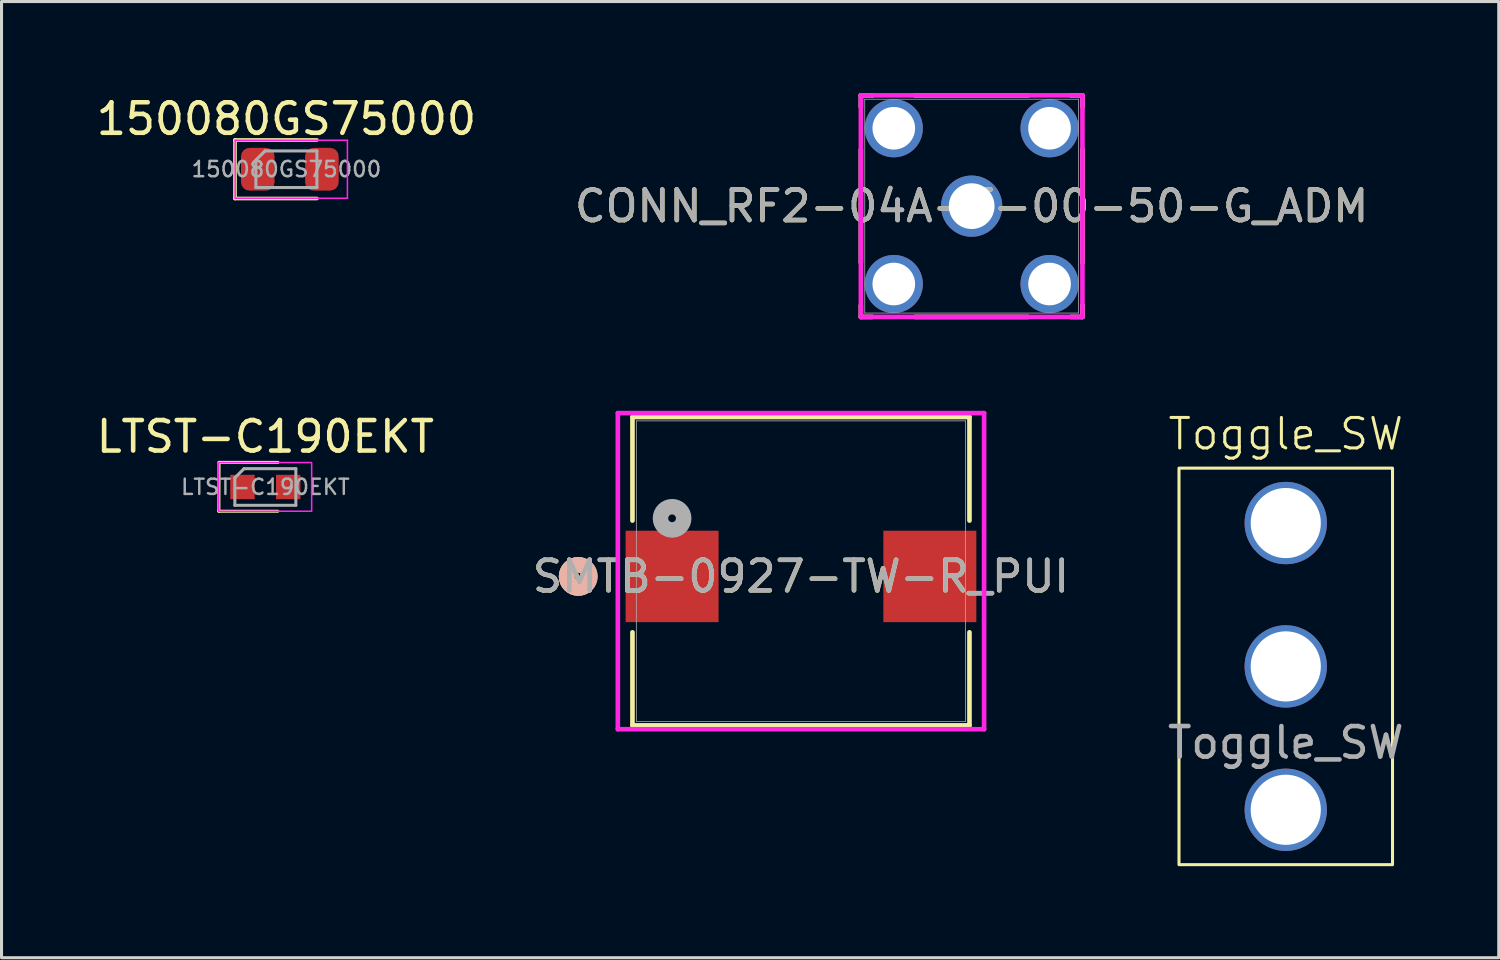
<source format=kicad_pcb>
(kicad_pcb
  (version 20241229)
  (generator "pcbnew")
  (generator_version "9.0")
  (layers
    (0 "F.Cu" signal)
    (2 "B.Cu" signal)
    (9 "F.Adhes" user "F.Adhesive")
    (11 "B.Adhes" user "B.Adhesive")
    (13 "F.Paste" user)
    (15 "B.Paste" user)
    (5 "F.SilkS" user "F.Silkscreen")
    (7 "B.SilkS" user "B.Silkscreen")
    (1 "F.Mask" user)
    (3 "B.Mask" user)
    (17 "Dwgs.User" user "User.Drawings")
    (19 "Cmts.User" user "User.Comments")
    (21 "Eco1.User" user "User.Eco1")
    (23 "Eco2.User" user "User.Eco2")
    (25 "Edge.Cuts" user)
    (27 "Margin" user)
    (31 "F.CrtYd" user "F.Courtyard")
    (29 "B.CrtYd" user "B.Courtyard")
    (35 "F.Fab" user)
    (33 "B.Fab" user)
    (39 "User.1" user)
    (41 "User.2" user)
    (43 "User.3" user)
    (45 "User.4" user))
  (footprint "CONN_RF2-04A-T-00-50-G_ADM"
    (layer "F.Cu")
    (at 28.804 3.708)
    (property "Reference" "CONN_RF2-04A-T-00-50-G_ADM" (at 0 0 0) (unlocked yes) (layer "F.SilkS") (effects (font (size 1 1) (thickness 0.15))))
    (attr through_hole)
    (fp_line (start -3.632 -3.632) (end -3.632 -3.25) (stroke (width 0.152) (type solid)) (layer "F.SilkS"))
    (fp_line (start -3.632 -1.855) (end -3.632 1.855) (stroke (width 0.152) (type solid)) (layer "F.SilkS"))
    (fp_line (start -3.632 3.25) (end -3.632 3.632) (stroke (width 0.152) (type solid)) (layer "F.SilkS"))
    (fp_line (start -3.632 3.632) (end -3.25 3.632) (stroke (width 0.152) (type solid)) (layer "F.SilkS"))
    (fp_line (start -3.25 -3.632) (end -3.632 -3.632) (stroke (width 0.152) (type solid)) (layer "F.SilkS"))
    (fp_line (start -1.855 3.632) (end 1.855 3.632) (stroke (width 0.152) (type solid)) (layer "F.SilkS"))
    (fp_line (start 1.855 -3.632) (end -1.855 -3.632) (stroke (width 0.152) (type solid)) (layer "F.SilkS"))
    (fp_line (start 3.25 3.632) (end 3.632 3.632) (stroke (width 0.152) (type solid)) (layer "F.SilkS"))
    (fp_line (start 3.632 -3.632) (end 3.25 -3.632) (stroke (width 0.152) (type solid)) (layer "F.SilkS"))
    (fp_line (start 3.632 -3.25) (end 3.632 -3.632) (stroke (width 0.152) (type solid)) (layer "F.SilkS"))
    (fp_line (start 3.632 1.855) (end 3.632 -1.855) (stroke (width 0.152) (type solid)) (layer "F.SilkS"))
    (fp_line (start 3.632 3.632) (end 3.632 3.25) (stroke (width 0.152) (type solid)) (layer "F.SilkS"))
    (fp_line (start -3.632 -3.632) (end 3.632 -3.632) (stroke (width 0.152) (type solid)) (layer "F.CrtYd"))
    (fp_line (start -3.632 3.632) (end -3.632 -3.632) (stroke (width 0.152) (type solid)) (layer "F.CrtYd"))
    (fp_line (start 3.632 -3.632) (end 3.632 3.632) (stroke (width 0.152) (type solid)) (layer "F.CrtYd"))
    (fp_line (start 3.632 3.632) (end -3.632 3.632) (stroke (width 0.152) (type solid)) (layer "F.CrtYd"))
    (fp_line (start -3.505 -3.505) (end -3.505 3.505) (stroke (width 0.025) (type solid)) (layer "F.Fab"))
    (fp_line (start -3.505 3.505) (end 3.505 3.505) (stroke (width 0.025) (type solid)) (layer "F.Fab"))
    (fp_line (start 3.505 -3.505) (end -3.505 -3.505) (stroke (width 0.025) (type solid)) (layer "F.Fab"))
    (fp_line (start 3.505 3.505) (end 3.505 -3.505) (stroke (width 0.025) (type solid)) (layer "F.Fab"))
    (fp_circle (center 3.124 0) (end 3.124 0) (stroke (width 0.025) (type solid)) (fill no) (layer "F.Fab"))
    (fp_text user "${REFERENCE}" (at 0 0 0) (unlocked yes) (layer "F.Fab") (effects (font (size 1 1) (thickness 0.15))))
    (pad "1" thru_hole circle (at 0 0) (size 2.007 2.007) (drill 1.499) (layers "*.Cu" "*.Mask"))
    (pad "2" thru_hole circle (at -2.553 -2.553) (size 1.905 1.905) (drill 1.397) (layers "*.Cu" "*.Mask"))
    (pad "3" thru_hole circle (at -2.553 2.553) (size 1.905 1.905) (drill 1.397) (layers "*.Cu" "*.Mask"))
    (pad "4" thru_hole circle (at 2.553 2.553) (size 1.905 1.905) (drill 1.397) (layers "*.Cu" "*.Mask"))
    (pad "5" thru_hole circle (at 2.553 -2.553) (size 1.905 1.905) (drill 1.397) (layers "*.Cu" "*.Mask")))
  (footprint "Toggle_SW"
    (layer "F.Cu")
    (at 39.101 18.797)
    (property "Reference" "Toggle_SW" (at 0 -7.62 0) (unlocked yes) (layer "F.SilkS") (effects (font (size 1 1) (thickness 0.1))))
    (attr smd)
    (fp_rect (start -3.5 -6.5) (end 3.5 6.5) (stroke (width 0.1) (type default)) (fill no) (layer "F.SilkS"))
    (fp_text user "${REFERENCE}" (at 0 2.5 0) (unlocked yes) (layer "F.Fab") (effects (font (size 1 1) (thickness 0.15))))
    (pad "1" thru_hole circle (at 0 -4.7) (size 2.7 2.7) (drill 2.3) (layers "*.Cu" "*.Mask"))
    (pad "2" thru_hole circle (at 0 0) (size 2.7 2.7) (drill 2.3) (layers "*.Cu" "*.Mask"))
    (pad "3" thru_hole circle (at 0 4.7) (size 2.7 2.7) (drill 2.3) (layers "*.Cu" "*.Mask")))
  (footprint "SMTB-0927-TW-R_PUI"
    (layer "F.Cu")
    (at 23.208 15.675)
    (property "Reference" "SMTB-0927-TW-R_PUI" (at 0 0.172 0) (unlocked yes) (layer "F.SilkS") (effects (font (size 1 1) (thickness 0.15))))
    (attr smd)
    (fp_line (start -5.524 -5.055) (end -5.524 -1.659) (stroke (width 0.152) (type solid)) (layer "F.SilkS"))
    (fp_line (start -5.524 2.004) (end -5.524 5.055) (stroke (width 0.152) (type solid)) (layer "F.SilkS"))
    (fp_line (start -5.524 5.055) (end 5.524 5.055) (stroke (width 0.152) (type solid)) (layer "F.SilkS"))
    (fp_line (start 5.524 -5.055) (end -5.524 -5.055) (stroke (width 0.152) (type solid)) (layer "F.SilkS"))
    (fp_line (start 5.524 -1.659) (end 5.524 -5.055) (stroke (width 0.152) (type solid)) (layer "F.SilkS"))
    (fp_line (start 5.524 5.055) (end 5.524 2.004) (stroke (width 0.152) (type solid)) (layer "F.SilkS"))
    (fp_circle (center -7.303 0.172) (end -6.921 0.172) (stroke (width 0.508) (type solid)) (fill no) (layer "F.SilkS"))
    (fp_circle (center -7.303 0.172) (end -6.921 0.172) (stroke (width 0.508) (type solid)) (fill no) (layer "B.SilkS"))
    (fp_line (start -6.003 -5.182) (end -6.003 5.182) (stroke (width 0.152) (type solid)) (layer "F.CrtYd"))
    (fp_line (start -6.003 5.182) (end 6.003 5.182) (stroke (width 0.152) (type solid)) (layer "F.CrtYd"))
    (fp_line (start 6.003 -5.182) (end -6.003 -5.182) (stroke (width 0.152) (type solid)) (layer "F.CrtYd"))
    (fp_line (start 6.003 5.182) (end 6.003 -5.182) (stroke (width 0.152) (type solid)) (layer "F.CrtYd"))
    (fp_line (start -5.397 -4.928) (end -5.397 4.928) (stroke (width 0.025) (type solid)) (layer "F.Fab"))
    (fp_line (start -5.397 4.928) (end 5.397 4.928) (stroke (width 0.025) (type solid)) (layer "F.Fab"))
    (fp_line (start 5.397 -4.928) (end -5.397 -4.928) (stroke (width 0.025) (type solid)) (layer "F.Fab"))
    (fp_line (start 5.397 4.928) (end 5.397 -4.928) (stroke (width 0.025) (type solid)) (layer "F.Fab"))
    (fp_circle (center -4.225 -1.733) (end -3.844 -1.733) (stroke (width 0.508) (type solid)) (fill no) (layer "F.Fab"))
    (fp_text user "${REFERENCE}" (at 0 0.172 0) (unlocked yes) (layer "F.Fab") (effects (font (size 1 1) (thickness 0.15))))
    (pad "1" smd rect (at -4.225 0.172) (size 3.048 2.997) (layers "F.Cu" "F.Mask" "F.Paste"))
    (pad "2" smd rect (at 4.225 0.172) (size 3.048 2.997) (layers "F.Cu" "F.Mask" "F.Paste")))
  (footprint "150080GS75000"
    (layer "F.Cu")
    (at 6.339 2.498)
    (property "Reference" "150080GS75000" (at 0 -1.65 0) (layer "F.SilkS") (effects (font (size 1 1) (thickness 0.15))))
    (attr smd)
    (fp_line (start -1.685 -0.96) (end -1.685 0.96) (stroke (width 0.12) (type solid)) (layer "F.SilkS"))
    (fp_line (start -1.685 0.96) (end 1 0.96) (stroke (width 0.12) (type solid)) (layer "F.SilkS"))
    (fp_line (start 1 -0.96) (end -1.685 -0.96) (stroke (width 0.12) (type solid)) (layer "F.SilkS"))
    (fp_line (start -1.68 -0.95) (end 2 -0.95) (stroke (width 0.05) (type solid)) (layer "F.CrtYd"))
    (fp_line (start -1.68 0.95) (end -1.68 -0.95) (stroke (width 0.05) (type solid)) (layer "F.CrtYd"))
    (fp_line (start 2 -0.95) (end 2 0.95) (stroke (width 0.05) (type solid)) (layer "F.CrtYd"))
    (fp_line (start 2 0.95) (end -1.68 0.95) (stroke (width 0.05) (type solid)) (layer "F.CrtYd"))
    (fp_line (start -1 -0.3) (end -1 0.6) (stroke (width 0.1) (type solid)) (layer "F.Fab"))
    (fp_line (start -1 0.6) (end 1 0.6) (stroke (width 0.1) (type solid)) (layer "F.Fab"))
    (fp_line (start -0.7 -0.6) (end -1 -0.3) (stroke (width 0.1) (type solid)) (layer "F.Fab"))
    (fp_line (start 1 -0.6) (end -0.7 -0.6) (stroke (width 0.1) (type solid)) (layer "F.Fab"))
    (fp_line (start 1 0.6) (end 1 -0.6) (stroke (width 0.1) (type solid)) (layer "F.Fab"))
    (fp_text user "${REFERENCE}" (at 0 0 0) (layer "F.Fab") (effects (font (size 0.5 0.5) (thickness 0.08))))
    (pad "1" smd roundrect (at -0.938 0) (size 1.1 1.4) (layers "F.Cu" "F.Mask" "F.Paste") (roundrect_rratio 0.25))
    (pad "2" smd roundrect (at 1.163 0) (size 1.1 1.4) (layers "F.Cu" "F.Mask" "F.Paste") (roundrect_rratio 0.25)))
  (footprint "LTST-C190EKT"
    (layer "F.Cu")
    (at 5.649 12.915)
    (property "Reference" "LTST-C190EKT" (at 0 -1.65 0) (layer "F.SilkS") (effects (font (size 1 1) (thickness 0.15))))
    (attr smd)
    (fp_line (start -1.524 0.795) (end 0.409 0.795) (stroke (width 0.1) (type default)) (layer "F.SilkS"))
    (fp_line (start -1.518 -0.806) (end -1.524 0.795) (stroke (width 0.1) (type default)) (layer "F.SilkS"))
    (fp_line (start -1.518 -0.806) (end 0.414 -0.806) (stroke (width 0.1) (type default)) (layer "F.SilkS"))
    (fp_rect (start -1.529 -0.8) (end 1.518 0.795) (stroke (width 0.05) (type default)) (fill no) (layer "F.CrtYd"))
    (fp_line (start -1 -0.3) (end -1 0.6) (stroke (width 0.1) (type solid)) (layer "F.Fab"))
    (fp_line (start -1 0.6) (end 1 0.6) (stroke (width 0.1) (type solid)) (layer "F.Fab"))
    (fp_line (start -0.7 -0.6) (end -1 -0.3) (stroke (width 0.1) (type solid)) (layer "F.Fab"))
    (fp_line (start 1 -0.6) (end -0.7 -0.6) (stroke (width 0.1) (type solid)) (layer "F.Fab"))
    (fp_line (start 1 0.6) (end 1 -0.6) (stroke (width 0.1) (type solid)) (layer "F.Fab"))
    (fp_text user "${REFERENCE}" (at 0 0 0) (layer "F.Fab") (effects (font (size 0.5 0.5) (thickness 0.08))))
    (pad "1" smd rect (at -0.75 0) (size 0.8 0.8) (layers "F.Cu" "F.Mask" "F.Paste"))
    (pad "2" smd rect (at 0.75 0) (size 0.8 0.8) (layers "F.Cu" "F.Mask" "F.Paste" "Eco2.User")))
  (gr_rect
    (start -3 -3)
    (end 46.083 28.347)
    (stroke (width 0.1) (type default))
    (fill no)
    (layer "Edge.Cuts")))
</source>
